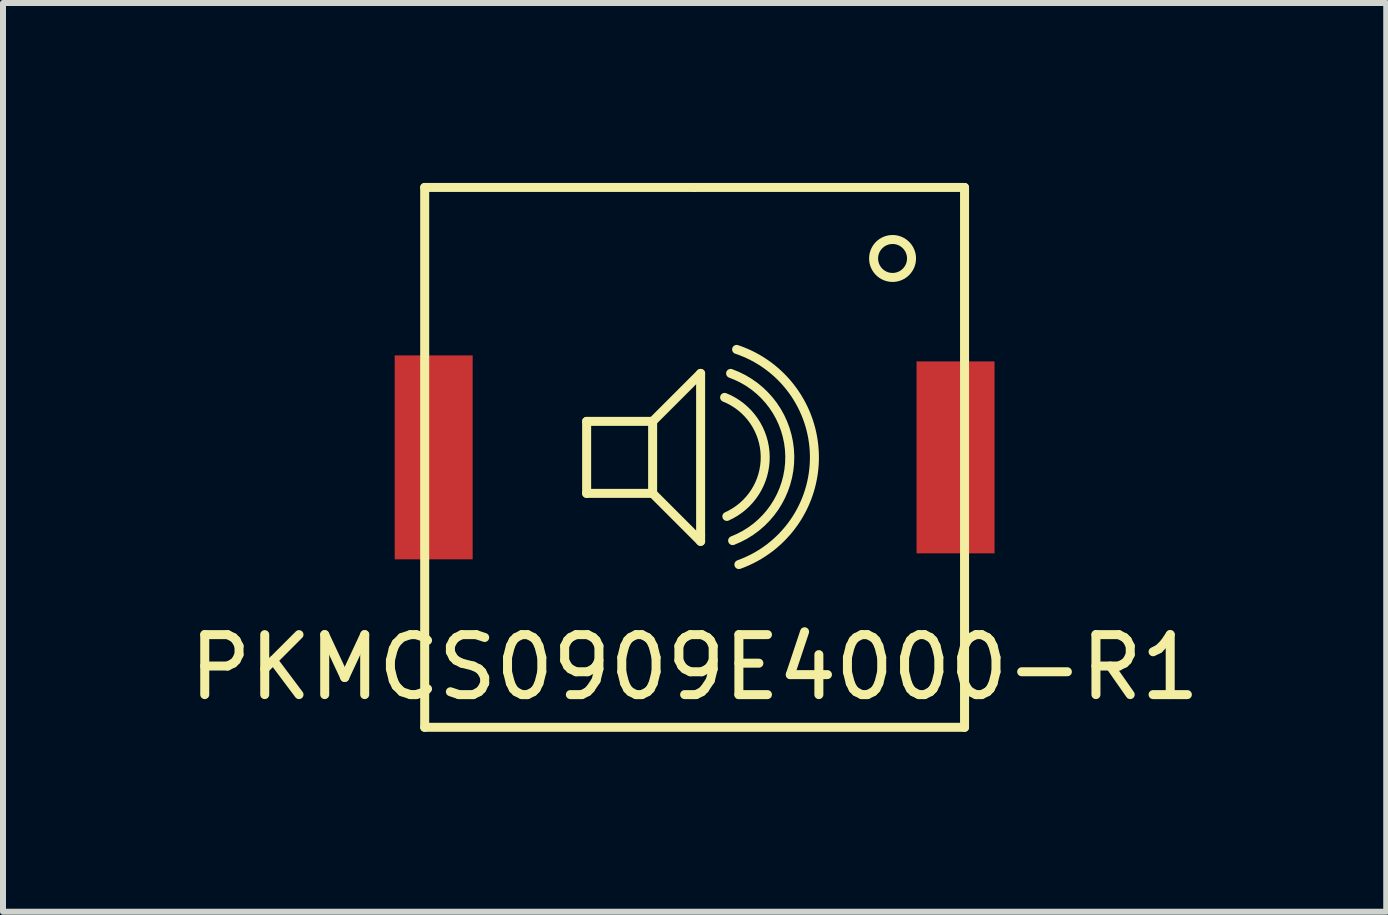
<source format=kicad_pcb>
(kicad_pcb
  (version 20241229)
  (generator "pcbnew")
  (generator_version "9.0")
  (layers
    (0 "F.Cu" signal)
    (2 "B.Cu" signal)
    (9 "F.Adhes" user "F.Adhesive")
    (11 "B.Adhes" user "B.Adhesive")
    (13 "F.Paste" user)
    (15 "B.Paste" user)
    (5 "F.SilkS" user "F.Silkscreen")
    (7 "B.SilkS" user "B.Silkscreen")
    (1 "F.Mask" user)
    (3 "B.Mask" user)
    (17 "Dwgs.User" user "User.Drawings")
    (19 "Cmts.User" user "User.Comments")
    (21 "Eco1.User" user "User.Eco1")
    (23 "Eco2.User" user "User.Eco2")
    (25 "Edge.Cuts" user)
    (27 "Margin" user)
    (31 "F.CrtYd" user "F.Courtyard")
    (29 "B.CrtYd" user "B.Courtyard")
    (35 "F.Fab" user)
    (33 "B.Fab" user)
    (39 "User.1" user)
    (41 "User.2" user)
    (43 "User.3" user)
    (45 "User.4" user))
  (footprint "PKMCS0909E4000-R1"
    (layer "F.Cu")
    (at 8.53 4.575)
    (property "Reference" "PKMCS0909E4000-R1" (at 0 3.5 0) (layer "F.SilkS") (effects (font (size 1 1) (thickness 0.15))))
    (attr through_hole)
    (fp_line (start -4.5 -4.5) (end 0 -4.5) (stroke (width 0.15) (type solid)) (layer "F.SilkS"))
    (fp_line (start -4.5 4.5) (end -4.5 -4.5) (stroke (width 0.15) (type solid)) (layer "F.SilkS"))
    (fp_line (start -1.8 -0.6) (end -1.8 0.6) (stroke (width 0.15) (type solid)) (layer "F.SilkS"))
    (fp_line (start -1.8 0.6) (end -0.7 0.6) (stroke (width 0.15) (type solid)) (layer "F.SilkS"))
    (fp_line (start -0.7 -0.6) (end -1.8 -0.6) (stroke (width 0.15) (type solid)) (layer "F.SilkS"))
    (fp_line (start -0.7 -0.6) (end 0.1 -1.4) (stroke (width 0.15) (type solid)) (layer "F.SilkS"))
    (fp_line (start -0.7 0.6) (end -0.7 -0.6) (stroke (width 0.15) (type solid)) (layer "F.SilkS"))
    (fp_line (start -0.7 0.6) (end 0.1 1.4) (stroke (width 0.15) (type solid)) (layer "F.SilkS"))
    (fp_line (start 0 -4.5) (end 4.5 -4.5) (stroke (width 0.15) (type solid)) (layer "F.SilkS"))
    (fp_line (start 0.1 -1.4) (end 0.1 1.3) (stroke (width 0.15) (type solid)) (layer "F.SilkS"))
    (fp_line (start 0.1 1.4) (end 0.1 1.3) (stroke (width 0.15) (type solid)) (layer "F.SilkS"))
    (fp_line (start 4.5 -4.5) (end 4.5 4.5) (stroke (width 0.15) (type solid)) (layer "F.SilkS"))
    (fp_line (start 4.5 4.5) (end -4.5 4.5) (stroke (width 0.15) (type solid)) (layer "F.SilkS"))
    (fp_arc (start 0.5 -1) (mid 1.176841 -0.020311) (end 0.537425 0.984205) (stroke (width 0.15) (type solid)) (layer "F.SilkS"))
    (fp_arc (start 0.6 -1.4) (mid 1.586498 -0.01795) (end 0.633661 1.387518) (stroke (width 0.15) (type solid)) (layer "F.SilkS"))
    (fp_arc (start 0.7 -1.8) (mid 1.997259 -0.020181) (end 0.738153 1.78683) (stroke (width 0.15) (type solid)) (layer "F.SilkS"))
    (fp_circle (center 3.3 -3.316) (end 3.4 -3.016) (stroke (width 0.15) (type solid)) (fill no) (layer "F.SilkS"))
    (pad "1" smd rect (at -4.35 0) (size 1.3 3.4) (layers "F.Cu" "F.Mask" "F.Paste"))
    (pad "2" smd rect (at 4.35 0) (size 1.3 3.2) (layers "F.Cu" "F.Mask" "F.Paste")))
  (gr_rect
    (start -3 -3)
    (end 20.06 12.15)
    (stroke (width 0.1) (type default))
    (fill no)
    (layer "Edge.Cuts")))
</source>
